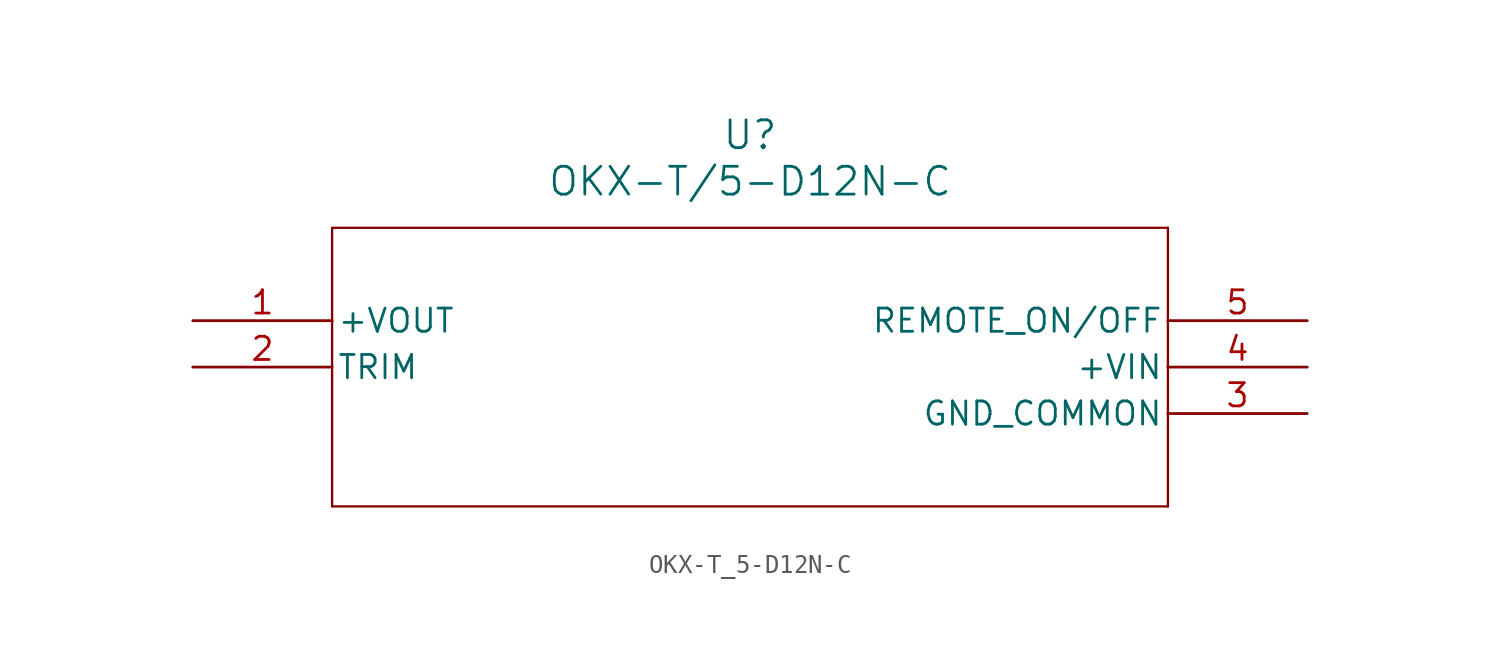
<source format=kicad_sym>
(kicad_symbol_lib
  (version 20211014)
  (generator kicad_symbol_editor)
  (symbol "OKX-T_5-D12N-C"
    (pin_names
      (offset 0.254))
    (property "Reference" "U"
      (at 30.48 10.16 0)
      (effects (font (size 1.524 1.524))))
    (property "Value" "OKX-T/5-D12N-C"
      (at 30.48 7.62 0)
      (effects (font (size 1.524 1.524))))
    (symbol "OKX-T_5-D12N-C_0_1"
      (polyline (pts (xy 7.62 5.08) (xy 7.62 -10.16)) (stroke (width 0.127) (type default) (color 0 0 0 0)) (fill (type none)))
      (polyline (pts (xy 7.62 -10.16) (xy 53.34 -10.16)) (stroke (width 0.127) (type default) (color 0 0 0 0)) (fill (type none)))
      (polyline (pts (xy 53.34 -10.16) (xy 53.34 5.08)) (stroke (width 0.127) (type default) (color 0 0 0 0)) (fill (type none)))
      (polyline (pts (xy 53.34 5.08) (xy 7.62 5.08)) (stroke (width 0.127) (type default) (color 0 0 0 0)) (fill (type none)))
      (pin output line (at 0 0 0) (length 7.62) (name "+VOUT" (effects (font (size 1.27 1.27)))) (number "1" (effects (font (size 1.27 1.27)))))
      (pin unspecified line (at 0 -2.54 0) (length 7.62) (name "TRIM" (effects (font (size 1.27 1.27)))) (number "2" (effects (font (size 1.27 1.27)))))
      (pin power_out line (at 60.96 -5.08 180) (length 7.62) (name "GND_COMMON" (effects (font (size 1.27 1.27)))) (number "3" (effects (font (size 1.27 1.27)))))
      (pin power_in line (at 60.96 -2.54 180) (length 7.62) (name "+VIN" (effects (font (size 1.27 1.27)))) (number "4" (effects (font (size 1.27 1.27)))))
      (pin input line (at 60.96 0 180) (length 7.62) (name "REMOTE_ON/OFF" (effects (font (size 1.27 1.27)))) (number "5" (effects (font (size 1.27 1.27))))))))
</source>
